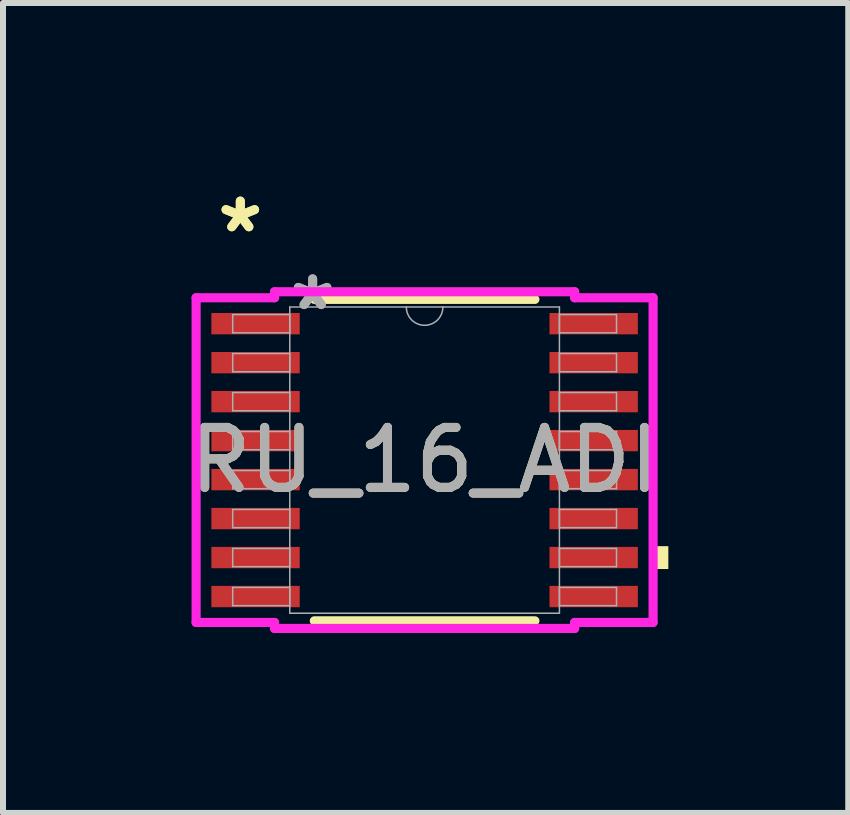
<source format=kicad_pcb>
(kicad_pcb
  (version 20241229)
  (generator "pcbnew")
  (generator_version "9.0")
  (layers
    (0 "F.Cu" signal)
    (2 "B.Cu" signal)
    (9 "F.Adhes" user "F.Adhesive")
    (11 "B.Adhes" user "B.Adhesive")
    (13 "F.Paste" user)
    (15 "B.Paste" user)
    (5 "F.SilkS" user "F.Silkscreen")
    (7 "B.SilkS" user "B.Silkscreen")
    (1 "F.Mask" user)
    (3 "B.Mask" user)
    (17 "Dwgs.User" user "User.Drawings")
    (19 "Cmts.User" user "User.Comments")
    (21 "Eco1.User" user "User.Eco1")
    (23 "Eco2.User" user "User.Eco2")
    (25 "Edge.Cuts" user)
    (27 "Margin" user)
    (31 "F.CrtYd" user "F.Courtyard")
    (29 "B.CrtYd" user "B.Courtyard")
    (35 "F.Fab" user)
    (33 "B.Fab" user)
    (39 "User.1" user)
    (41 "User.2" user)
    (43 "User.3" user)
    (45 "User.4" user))
  (footprint "RU_16_ADI"
    (layer "F.Cu")
    (at 4.03 4.622)
    (property "Reference" "RU_16_ADI" (at 0 0 0) (unlocked yes) (layer "F.SilkS") (effects (font (size 1 1) (thickness 0.15))))
    (attr smd)
    (fp_line (start -1.839 2.68) (end 1.839 2.68) (stroke (width 0.152) (type solid)) (layer "F.SilkS"))
    (fp_line (start 1.839 -2.68) (end -1.839 -2.68) (stroke (width 0.152) (type solid)) (layer "F.SilkS"))
    (fp_poly (pts (xy 4.064 1.435) (xy 4.064 1.816) (xy 3.81 1.816) (xy 3.81 1.435)) (stroke (width 0) (type solid)) (fill yes) (layer "F.SilkS"))
    (fp_line (start -3.81 -2.707) (end -2.502 -2.707) (stroke (width 0.152) (type solid)) (layer "F.CrtYd"))
    (fp_line (start -3.81 2.707) (end -3.81 -2.707) (stroke (width 0.152) (type solid)) (layer "F.CrtYd"))
    (fp_line (start -3.81 2.707) (end -2.502 2.707) (stroke (width 0.152) (type solid)) (layer "F.CrtYd"))
    (fp_line (start -2.502 -2.807) (end 2.502 -2.807) (stroke (width 0.152) (type solid)) (layer "F.CrtYd"))
    (fp_line (start -2.502 -2.707) (end -2.502 -2.807) (stroke (width 0.152) (type solid)) (layer "F.CrtYd"))
    (fp_line (start -2.502 2.807) (end -2.502 2.707) (stroke (width 0.152) (type solid)) (layer "F.CrtYd"))
    (fp_line (start 2.502 -2.807) (end 2.502 -2.707) (stroke (width 0.152) (type solid)) (layer "F.CrtYd"))
    (fp_line (start 2.502 2.707) (end 2.502 2.807) (stroke (width 0.152) (type solid)) (layer "F.CrtYd"))
    (fp_line (start 2.502 2.807) (end -2.502 2.807) (stroke (width 0.152) (type solid)) (layer "F.CrtYd"))
    (fp_line (start 3.81 -2.707) (end 2.502 -2.707) (stroke (width 0.152) (type solid)) (layer "F.CrtYd"))
    (fp_line (start 3.81 -2.707) (end 3.81 2.707) (stroke (width 0.152) (type solid)) (layer "F.CrtYd"))
    (fp_line (start 3.81 2.707) (end 2.502 2.707) (stroke (width 0.152) (type solid)) (layer "F.CrtYd"))
    (fp_line (start -3.2 -2.427) (end -3.2 -2.123) (stroke (width 0.025) (type solid)) (layer "F.Fab"))
    (fp_line (start -3.2 -2.123) (end -2.248 -2.123) (stroke (width 0.025) (type solid)) (layer "F.Fab"))
    (fp_line (start -3.2 -1.777) (end -3.2 -1.473) (stroke (width 0.025) (type solid)) (layer "F.Fab"))
    (fp_line (start -3.2 -1.473) (end -2.248 -1.473) (stroke (width 0.025) (type solid)) (layer "F.Fab"))
    (fp_line (start -3.2 -1.127) (end -3.2 -0.823) (stroke (width 0.025) (type solid)) (layer "F.Fab"))
    (fp_line (start -3.2 -0.823) (end -2.248 -0.823) (stroke (width 0.025) (type solid)) (layer "F.Fab"))
    (fp_line (start -3.2 -0.477) (end -3.2 -0.173) (stroke (width 0.025) (type solid)) (layer "F.Fab"))
    (fp_line (start -3.2 -0.173) (end -2.248 -0.173) (stroke (width 0.025) (type solid)) (layer "F.Fab"))
    (fp_line (start -3.2 0.173) (end -3.2 0.477) (stroke (width 0.025) (type solid)) (layer "F.Fab"))
    (fp_line (start -3.2 0.477) (end -2.248 0.477) (stroke (width 0.025) (type solid)) (layer "F.Fab"))
    (fp_line (start -3.2 0.823) (end -3.2 1.127) (stroke (width 0.025) (type solid)) (layer "F.Fab"))
    (fp_line (start -3.2 1.127) (end -2.248 1.127) (stroke (width 0.025) (type solid)) (layer "F.Fab"))
    (fp_line (start -3.2 1.473) (end -3.2 1.777) (stroke (width 0.025) (type solid)) (layer "F.Fab"))
    (fp_line (start -3.2 1.777) (end -2.248 1.777) (stroke (width 0.025) (type solid)) (layer "F.Fab"))
    (fp_line (start -3.2 2.123) (end -3.2 2.427) (stroke (width 0.025) (type solid)) (layer "F.Fab"))
    (fp_line (start -3.2 2.427) (end -2.248 2.427) (stroke (width 0.025) (type solid)) (layer "F.Fab"))
    (fp_line (start -2.248 -2.553) (end -2.248 2.553) (stroke (width 0.025) (type solid)) (layer "F.Fab"))
    (fp_line (start -2.248 -2.427) (end -3.2 -2.427) (stroke (width 0.025) (type solid)) (layer "F.Fab"))
    (fp_line (start -2.248 -2.123) (end -2.248 -2.427) (stroke (width 0.025) (type solid)) (layer "F.Fab"))
    (fp_line (start -2.248 -1.777) (end -3.2 -1.777) (stroke (width 0.025) (type solid)) (layer "F.Fab"))
    (fp_line (start -2.248 -1.473) (end -2.248 -1.777) (stroke (width 0.025) (type solid)) (layer "F.Fab"))
    (fp_line (start -2.248 -1.127) (end -3.2 -1.127) (stroke (width 0.025) (type solid)) (layer "F.Fab"))
    (fp_line (start -2.248 -0.823) (end -2.248 -1.127) (stroke (width 0.025) (type solid)) (layer "F.Fab"))
    (fp_line (start -2.248 -0.477) (end -3.2 -0.477) (stroke (width 0.025) (type solid)) (layer "F.Fab"))
    (fp_line (start -2.248 -0.173) (end -2.248 -0.477) (stroke (width 0.025) (type solid)) (layer "F.Fab"))
    (fp_line (start -2.248 0.173) (end -3.2 0.173) (stroke (width 0.025) (type solid)) (layer "F.Fab"))
    (fp_line (start -2.248 0.477) (end -2.248 0.173) (stroke (width 0.025) (type solid)) (layer "F.Fab"))
    (fp_line (start -2.248 0.823) (end -3.2 0.823) (stroke (width 0.025) (type solid)) (layer "F.Fab"))
    (fp_line (start -2.248 1.127) (end -2.248 0.823) (stroke (width 0.025) (type solid)) (layer "F.Fab"))
    (fp_line (start -2.248 1.473) (end -3.2 1.473) (stroke (width 0.025) (type solid)) (layer "F.Fab"))
    (fp_line (start -2.248 1.777) (end -2.248 1.473) (stroke (width 0.025) (type solid)) (layer "F.Fab"))
    (fp_line (start -2.248 2.123) (end -3.2 2.123) (stroke (width 0.025) (type solid)) (layer "F.Fab"))
    (fp_line (start -2.248 2.427) (end -2.248 2.123) (stroke (width 0.025) (type solid)) (layer "F.Fab"))
    (fp_line (start -2.248 2.553) (end 2.248 2.553) (stroke (width 0.025) (type solid)) (layer "F.Fab"))
    (fp_line (start 2.248 -2.553) (end -2.248 -2.553) (stroke (width 0.025) (type solid)) (layer "F.Fab"))
    (fp_line (start 2.248 -2.427) (end 2.248 -2.123) (stroke (width 0.025) (type solid)) (layer "F.Fab"))
    (fp_line (start 2.248 -2.123) (end 3.2 -2.123) (stroke (width 0.025) (type solid)) (layer "F.Fab"))
    (fp_line (start 2.248 -1.777) (end 2.248 -1.473) (stroke (width 0.025) (type solid)) (layer "F.Fab"))
    (fp_line (start 2.248 -1.473) (end 3.2 -1.473) (stroke (width 0.025) (type solid)) (layer "F.Fab"))
    (fp_line (start 2.248 -1.127) (end 2.248 -0.823) (stroke (width 0.025) (type solid)) (layer "F.Fab"))
    (fp_line (start 2.248 -0.823) (end 3.2 -0.823) (stroke (width 0.025) (type solid)) (layer "F.Fab"))
    (fp_line (start 2.248 -0.477) (end 2.248 -0.173) (stroke (width 0.025) (type solid)) (layer "F.Fab"))
    (fp_line (start 2.248 -0.173) (end 3.2 -0.173) (stroke (width 0.025) (type solid)) (layer "F.Fab"))
    (fp_line (start 2.248 0.173) (end 2.248 0.477) (stroke (width 0.025) (type solid)) (layer "F.Fab"))
    (fp_line (start 2.248 0.477) (end 3.2 0.477) (stroke (width 0.025) (type solid)) (layer "F.Fab"))
    (fp_line (start 2.248 0.823) (end 2.248 1.127) (stroke (width 0.025) (type solid)) (layer "F.Fab"))
    (fp_line (start 2.248 1.127) (end 3.2 1.127) (stroke (width 0.025) (type solid)) (layer "F.Fab"))
    (fp_line (start 2.248 1.473) (end 2.248 1.777) (stroke (width 0.025) (type solid)) (layer "F.Fab"))
    (fp_line (start 2.248 1.777) (end 3.2 1.777) (stroke (width 0.025) (type solid)) (layer "F.Fab"))
    (fp_line (start 2.248 2.123) (end 2.248 2.427) (stroke (width 0.025) (type solid)) (layer "F.Fab"))
    (fp_line (start 2.248 2.427) (end 3.2 2.427) (stroke (width 0.025) (type solid)) (layer "F.Fab"))
    (fp_line (start 2.248 2.553) (end 2.248 -2.553) (stroke (width 0.025) (type solid)) (layer "F.Fab"))
    (fp_line (start 3.2 -2.427) (end 2.248 -2.427) (stroke (width 0.025) (type solid)) (layer "F.Fab"))
    (fp_line (start 3.2 -2.123) (end 3.2 -2.427) (stroke (width 0.025) (type solid)) (layer "F.Fab"))
    (fp_line (start 3.2 -1.777) (end 2.248 -1.777) (stroke (width 0.025) (type solid)) (layer "F.Fab"))
    (fp_line (start 3.2 -1.473) (end 3.2 -1.777) (stroke (width 0.025) (type solid)) (layer "F.Fab"))
    (fp_line (start 3.2 -1.127) (end 2.248 -1.127) (stroke (width 0.025) (type solid)) (layer "F.Fab"))
    (fp_line (start 3.2 -0.823) (end 3.2 -1.127) (stroke (width 0.025) (type solid)) (layer "F.Fab"))
    (fp_line (start 3.2 -0.477) (end 2.248 -0.477) (stroke (width 0.025) (type solid)) (layer "F.Fab"))
    (fp_line (start 3.2 -0.173) (end 3.2 -0.477) (stroke (width 0.025) (type solid)) (layer "F.Fab"))
    (fp_line (start 3.2 0.173) (end 2.248 0.173) (stroke (width 0.025) (type solid)) (layer "F.Fab"))
    (fp_line (start 3.2 0.477) (end 3.2 0.173) (stroke (width 0.025) (type solid)) (layer "F.Fab"))
    (fp_line (start 3.2 0.823) (end 2.248 0.823) (stroke (width 0.025) (type solid)) (layer "F.Fab"))
    (fp_line (start 3.2 1.127) (end 3.2 0.823) (stroke (width 0.025) (type solid)) (layer "F.Fab"))
    (fp_line (start 3.2 1.473) (end 2.248 1.473) (stroke (width 0.025) (type solid)) (layer "F.Fab"))
    (fp_line (start 3.2 1.777) (end 3.2 1.473) (stroke (width 0.025) (type solid)) (layer "F.Fab"))
    (fp_line (start 3.2 2.123) (end 2.248 2.123) (stroke (width 0.025) (type solid)) (layer "F.Fab"))
    (fp_line (start 3.2 2.427) (end 3.2 2.123) (stroke (width 0.025) (type solid)) (layer "F.Fab"))
    (fp_arc (start 0.3048 -2.5527) (mid 0 -2.2479) (end -0.3048 -2.5527) (stroke (width 0.0254) (type solid)) (layer "F.Fab"))
    (fp_text user "*" (at -3.073 -3.774 0) (unlocked yes) (layer "F.SilkS") (effects (font (size 1 1) (thickness 0.15))))
    (fp_text user "*" (at -3.073 -3.774 0) (layer "F.SilkS") (effects (font (size 1 1) (thickness 0.15))))
    (fp_text user "*" (at -1.867 -2.477 0) (layer "F.Fab") (effects (font (size 1 1) (thickness 0.15))))
    (fp_text user "${REFERENCE}" (at 0 0 0) (unlocked yes) (layer "F.Fab") (effects (font (size 1 1) (thickness 0.15))))
    (fp_text user "*" (at -1.867 -2.477 0) (unlocked yes) (layer "F.Fab") (effects (font (size 1 1) (thickness 0.15))))
    (pad "1" smd rect (at -2.819 -2.275) (size 1.473 0.356) (layers "F.Cu" "F.Mask" "F.Paste"))
    (pad "2" smd rect (at -2.819 -1.625) (size 1.473 0.356) (layers "F.Cu" "F.Mask" "F.Paste"))
    (pad "3" smd rect (at -2.819 -0.975) (size 1.473 0.356) (layers "F.Cu" "F.Mask" "F.Paste"))
    (pad "4" smd rect (at -2.819 -0.325) (size 1.473 0.356) (layers "F.Cu" "F.Mask" "F.Paste"))
    (pad "5" smd rect (at -2.819 0.325) (size 1.473 0.356) (layers "F.Cu" "F.Mask" "F.Paste"))
    (pad "6" smd rect (at -2.819 0.975) (size 1.473 0.356) (layers "F.Cu" "F.Mask" "F.Paste"))
    (pad "7" smd rect (at -2.819 1.625) (size 1.473 0.356) (layers "F.Cu" "F.Mask" "F.Paste"))
    (pad "8" smd rect (at -2.819 2.275) (size 1.473 0.356) (layers "F.Cu" "F.Mask" "F.Paste"))
    (pad "9" smd rect (at 2.819 2.275) (size 1.473 0.356) (layers "F.Cu" "F.Mask" "F.Paste"))
    (pad "10" smd rect (at 2.819 1.625) (size 1.473 0.356) (layers "F.Cu" "F.Mask" "F.Paste"))
    (pad "11" smd rect (at 2.819 0.975) (size 1.473 0.356) (layers "F.Cu" "F.Mask" "F.Paste"))
    (pad "12" smd rect (at 2.819 0.325) (size 1.473 0.356) (layers "F.Cu" "F.Mask" "F.Paste"))
    (pad "13" smd rect (at 2.819 -0.325) (size 1.473 0.356) (layers "F.Cu" "F.Mask" "F.Paste"))
    (pad "14" smd rect (at 2.819 -0.975) (size 1.473 0.356) (layers "F.Cu" "F.Mask" "F.Paste"))
    (pad "15" smd rect (at 2.819 -1.625) (size 1.473 0.356) (layers "F.Cu" "F.Mask" "F.Paste"))
    (pad "16" smd rect (at 2.819 -2.275) (size 1.473 0.356) (layers "F.Cu" "F.Mask" "F.Paste")))
  (gr_rect
    (start -3 -3)
    (end 11.094 10.505)
    (stroke (width 0.1) (type default))
    (fill no)
    (layer "Edge.Cuts")))
</source>
